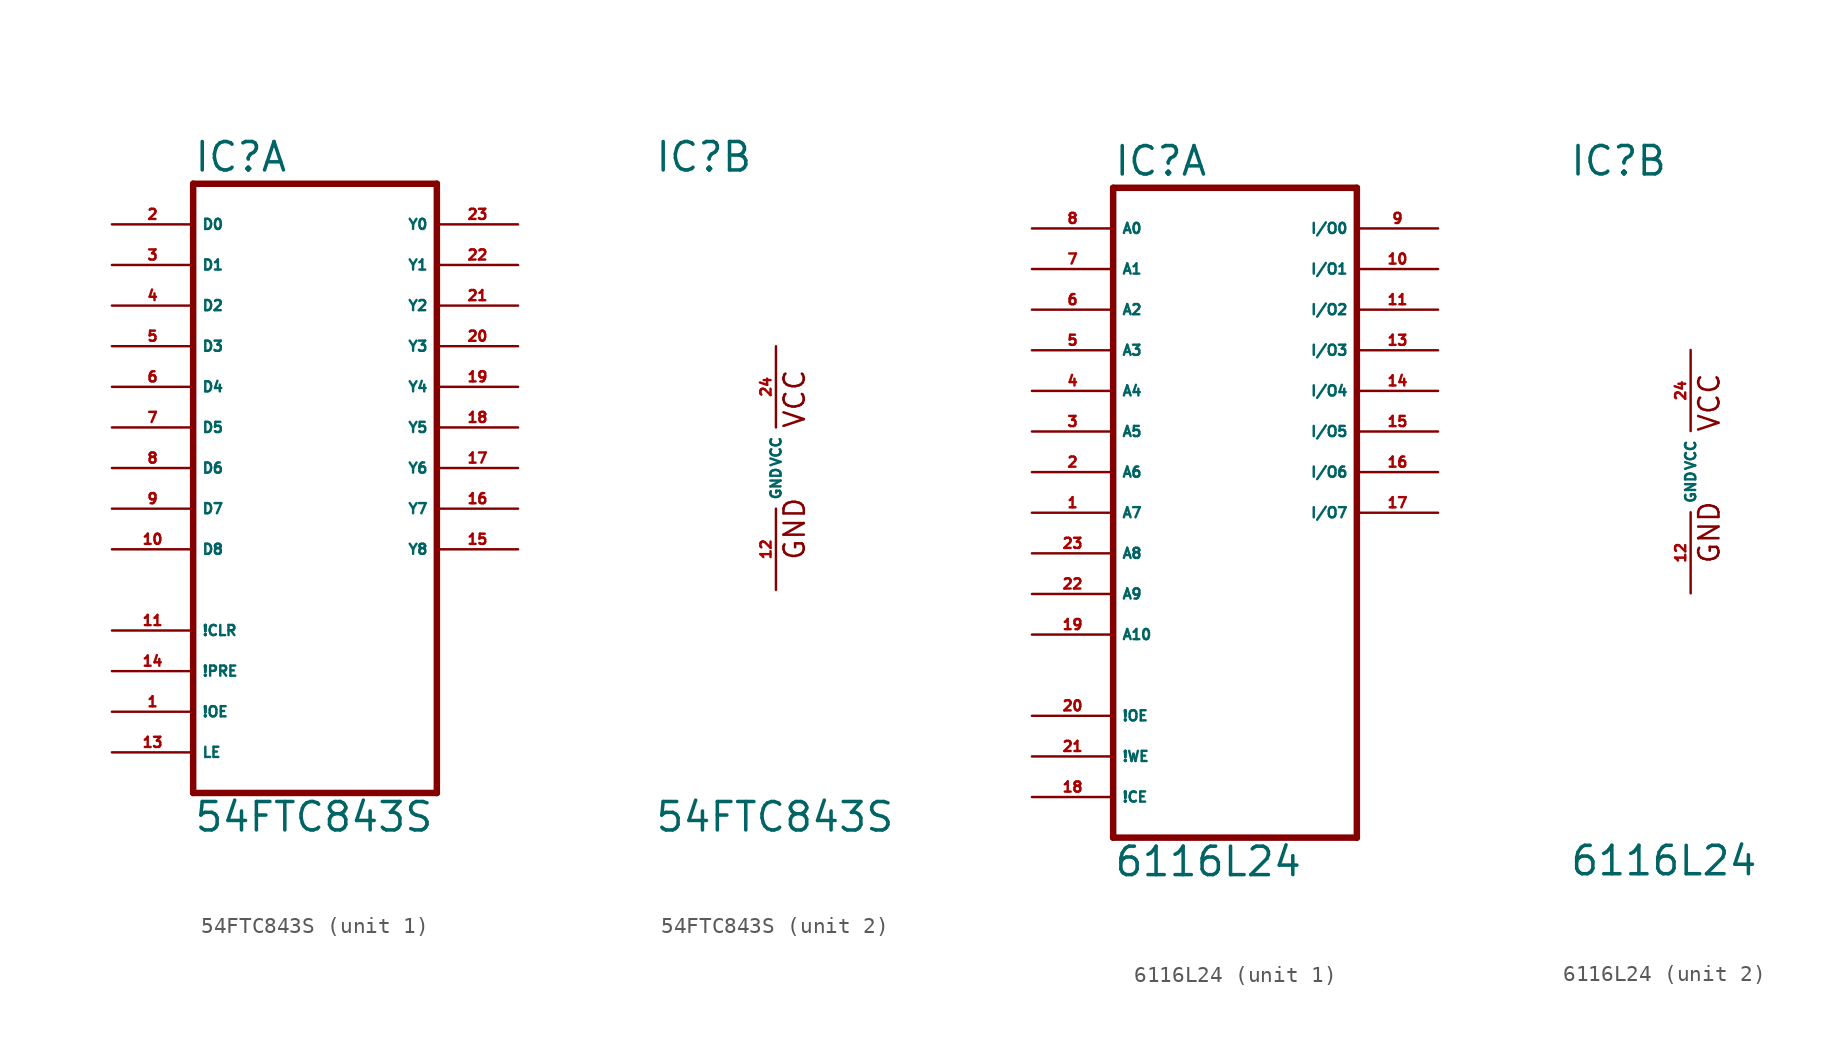
<source format=kicad_sym>
(kicad_symbol_lib
  (version 20220914)
  (generator Eagle2Kicad)
  (symbol "54FTC843S"
    (property "Reference" "IC"
      (at -7.62 18.415 0)
      (effects (font (size 1.778 1.778) (thickness 0.22)) (justify left bottom)))
    (property "Value" "54FTC843S"
      (at -7.62 -22.86 0)
      (effects (font (size 1.778 1.778) (thickness 0.22)) (justify left bottom)))
    (symbol "54FTC843S_1_0"
      (polyline (pts (xy -7.62 -20.32) (xy 7.62 -20.32)) (stroke (width 0.406) (type default)) (fill (type none)))
      (polyline (pts (xy 7.62 -20.32) (xy 7.62 17.78)) (stroke (width 0.406) (type default)) (fill (type none)))
      (polyline (pts (xy 7.62 17.78) (xy -7.62 17.78)) (stroke (width 0.406) (type default)) (fill (type none)))
      (polyline (pts (xy -7.62 17.78) (xy -7.62 -20.32)) (stroke (width 0.406) (type default)) (fill (type none)))
      (pin input line (at -12.7 15.24 0) (length 5.08) (name "D0" (effects (font (size 0.635 0.635) (thickness 0.08)) (justify left bottom))) (number "2" (effects (font (size 0.635 0.635) (thickness 0.08)) (justify left bottom))))
      (pin input line (at -12.7 12.7 0) (length 5.08) (name "D1" (effects (font (size 0.635 0.635) (thickness 0.08)) (justify left bottom))) (number "3" (effects (font (size 0.635 0.635) (thickness 0.08)) (justify left bottom))))
      (pin input line (at -12.7 10.16 0) (length 5.08) (name "D2" (effects (font (size 0.635 0.635) (thickness 0.08)) (justify left bottom))) (number "4" (effects (font (size 0.635 0.635) (thickness 0.08)) (justify left bottom))))
      (pin input line (at -12.7 7.62 0) (length 5.08) (name "D3" (effects (font (size 0.635 0.635) (thickness 0.08)) (justify left bottom))) (number "5" (effects (font (size 0.635 0.635) (thickness 0.08)) (justify left bottom))))
      (pin input line (at -12.7 5.08 0) (length 5.08) (name "D4" (effects (font (size 0.635 0.635) (thickness 0.08)) (justify left bottom))) (number "6" (effects (font (size 0.635 0.635) (thickness 0.08)) (justify left bottom))))
      (pin input line (at -12.7 2.54 0) (length 5.08) (name "D5" (effects (font (size 0.635 0.635) (thickness 0.08)) (justify left bottom))) (number "7" (effects (font (size 0.635 0.635) (thickness 0.08)) (justify left bottom))))
      (pin input line (at -12.7 0 0) (length 5.08) (name "D6" (effects (font (size 0.635 0.635) (thickness 0.08)) (justify left bottom))) (number "8" (effects (font (size 0.635 0.635) (thickness 0.08)) (justify left bottom))))
      (pin input line (at -12.7 -2.54 0) (length 5.08) (name "D7" (effects (font (size 0.635 0.635) (thickness 0.08)) (justify left bottom))) (number "9" (effects (font (size 0.635 0.635) (thickness 0.08)) (justify left bottom))))
      (pin input line (at -12.7 -5.08 0) (length 5.08) (name "D8" (effects (font (size 0.635 0.635) (thickness 0.08)) (justify left bottom))) (number "10" (effects (font (size 0.635 0.635) (thickness 0.08)) (justify left bottom))))
      (pin input line (at -12.7 -10.16 0) (length 5.08) (name "!CLR" (effects (font (size 0.635 0.635) (thickness 0.08)) (justify left bottom))) (number "11" (effects (font (size 0.635 0.635) (thickness 0.08)) (justify left bottom))))
      (pin input line (at -12.7 -15.24 0) (length 5.08) (name "!OE" (effects (font (size 0.635 0.635) (thickness 0.08)) (justify left bottom))) (number "1" (effects (font (size 0.635 0.635) (thickness 0.08)) (justify left bottom))))
      (pin input line (at -12.7 -17.78 0) (length 5.08) (name "LE" (effects (font (size 0.635 0.635) (thickness 0.08)) (justify left bottom))) (number "13" (effects (font (size 0.635 0.635) (thickness 0.08)) (justify left bottom))))
      (pin output line (at 12.7 15.24 180) (length 5.08) (name "Y0" (effects (font (size 0.635 0.635) (thickness 0.08)) (justify left bottom))) (number "23" (effects (font (size 0.635 0.635) (thickness 0.08)) (justify left bottom))))
      (pin output line (at 12.7 12.7 180) (length 5.08) (name "Y1" (effects (font (size 0.635 0.635) (thickness 0.08)) (justify left bottom))) (number "22" (effects (font (size 0.635 0.635) (thickness 0.08)) (justify left bottom))))
      (pin output line (at 12.7 10.16 180) (length 5.08) (name "Y2" (effects (font (size 0.635 0.635) (thickness 0.08)) (justify left bottom))) (number "21" (effects (font (size 0.635 0.635) (thickness 0.08)) (justify left bottom))))
      (pin output line (at 12.7 7.62 180) (length 5.08) (name "Y3" (effects (font (size 0.635 0.635) (thickness 0.08)) (justify left bottom))) (number "20" (effects (font (size 0.635 0.635) (thickness 0.08)) (justify left bottom))))
      (pin output line (at 12.7 5.08 180) (length 5.08) (name "Y4" (effects (font (size 0.635 0.635) (thickness 0.08)) (justify left bottom))) (number "19" (effects (font (size 0.635 0.635) (thickness 0.08)) (justify left bottom))))
      (pin output line (at 12.7 2.54 180) (length 5.08) (name "Y5" (effects (font (size 0.635 0.635) (thickness 0.08)) (justify left bottom))) (number "18" (effects (font (size 0.635 0.635) (thickness 0.08)) (justify left bottom))))
      (pin output line (at 12.7 0 180) (length 5.08) (name "Y6" (effects (font (size 0.635 0.635) (thickness 0.08)) (justify left bottom))) (number "17" (effects (font (size 0.635 0.635) (thickness 0.08)) (justify left bottom))))
      (pin output line (at 12.7 -2.54 180) (length 5.08) (name "Y7" (effects (font (size 0.635 0.635) (thickness 0.08)) (justify left bottom))) (number "16" (effects (font (size 0.635 0.635) (thickness 0.08)) (justify left bottom))))
      (pin output line (at 12.7 -5.08 180) (length 5.08) (name "Y8" (effects (font (size 0.635 0.635) (thickness 0.08)) (justify left bottom))) (number "15" (effects (font (size 0.635 0.635) (thickness 0.08)) (justify left bottom))))
      (pin input line (at -12.7 -12.7 0) (length 5.08) (name "!PRE" (effects (font (size 0.635 0.635) (thickness 0.08)) (justify left bottom))) (number "14" (effects (font (size 0.635 0.635) (thickness 0.08)) (justify left bottom)))))
    (symbol "54FTC843S_2_0"
      (text "GND" (at 1.905 -5.842 900) (effects (font (size 1.27 1.27) (thickness 0.16)) (justify left bottom)))
      (text "VCC" (at 1.905 2.413 900) (effects (font (size 1.27 1.27) (thickness 0.16)) (justify left bottom)))
      (pin unspecified line (at 0 7.62 270) (length 5.08) (name "VCC" (effects (font (size 0.635 0.635) (thickness 0.08)) (justify left bottom))) (number "24" (effects (font (size 0.635 0.635) (thickness 0.08)) (justify left bottom))))
      (pin unspecified line (at 0 -7.62 90) (length 5.08) (name "GND" (effects (font (size 0.635 0.635) (thickness 0.08)) (justify left bottom))) (number "12" (effects (font (size 0.635 0.635) (thickness 0.08)) (justify left bottom))))))
  (symbol "6116L24"
    (property "Reference" "IC"
      (at -7.62 18.415 0)
      (effects (font (size 1.778 1.778) (thickness 0.22)) (justify left bottom)))
    (property "Value" "6116L24"
      (at -7.62 -25.4 0)
      (effects (font (size 1.778 1.778) (thickness 0.22)) (justify left bottom)))
    (symbol "6116L24_1_0"
      (polyline (pts (xy -7.62 -22.86) (xy 7.62 -22.86)) (stroke (width 0.406) (type default)) (fill (type none)))
      (polyline (pts (xy 7.62 -22.86) (xy 7.62 17.78)) (stroke (width 0.406) (type default)) (fill (type none)))
      (polyline (pts (xy 7.62 17.78) (xy -7.62 17.78)) (stroke (width 0.406) (type default)) (fill (type none)))
      (polyline (pts (xy -7.62 17.78) (xy -7.62 -22.86)) (stroke (width 0.406) (type default)) (fill (type none)))
      (pin input line (at -12.7 15.24 0) (length 5.08) (name "A0" (effects (font (size 0.635 0.635) (thickness 0.08)) (justify left bottom))) (number "8" (effects (font (size 0.635 0.635) (thickness 0.08)) (justify left bottom))))
      (pin input line (at -12.7 12.7 0) (length 5.08) (name "A1" (effects (font (size 0.635 0.635) (thickness 0.08)) (justify left bottom))) (number "7" (effects (font (size 0.635 0.635) (thickness 0.08)) (justify left bottom))))
      (pin input line (at -12.7 10.16 0) (length 5.08) (name "A2" (effects (font (size 0.635 0.635) (thickness 0.08)) (justify left bottom))) (number "6" (effects (font (size 0.635 0.635) (thickness 0.08)) (justify left bottom))))
      (pin input line (at -12.7 7.62 0) (length 5.08) (name "A3" (effects (font (size 0.635 0.635) (thickness 0.08)) (justify left bottom))) (number "5" (effects (font (size 0.635 0.635) (thickness 0.08)) (justify left bottom))))
      (pin input line (at -12.7 5.08 0) (length 5.08) (name "A4" (effects (font (size 0.635 0.635) (thickness 0.08)) (justify left bottom))) (number "4" (effects (font (size 0.635 0.635) (thickness 0.08)) (justify left bottom))))
      (pin input line (at -12.7 2.54 0) (length 5.08) (name "A5" (effects (font (size 0.635 0.635) (thickness 0.08)) (justify left bottom))) (number "3" (effects (font (size 0.635 0.635) (thickness 0.08)) (justify left bottom))))
      (pin input line (at -12.7 0 0) (length 5.08) (name "A6" (effects (font (size 0.635 0.635) (thickness 0.08)) (justify left bottom))) (number "2" (effects (font (size 0.635 0.635) (thickness 0.08)) (justify left bottom))))
      (pin input line (at -12.7 -2.54 0) (length 5.08) (name "A7" (effects (font (size 0.635 0.635) (thickness 0.08)) (justify left bottom))) (number "1" (effects (font (size 0.635 0.635) (thickness 0.08)) (justify left bottom))))
      (pin input line (at -12.7 -5.08 0) (length 5.08) (name "A8" (effects (font (size 0.635 0.635) (thickness 0.08)) (justify left bottom))) (number "23" (effects (font (size 0.635 0.635) (thickness 0.08)) (justify left bottom))))
      (pin input line (at -12.7 -7.62 0) (length 5.08) (name "A9" (effects (font (size 0.635 0.635) (thickness 0.08)) (justify left bottom))) (number "22" (effects (font (size 0.635 0.635) (thickness 0.08)) (justify left bottom))))
      (pin input line (at -12.7 -10.16 0) (length 5.08) (name "A10" (effects (font (size 0.635 0.635) (thickness 0.08)) (justify left bottom))) (number "19" (effects (font (size 0.635 0.635) (thickness 0.08)) (justify left bottom))))
      (pin input line (at -12.7 -15.24 0) (length 5.08) (name "!OE" (effects (font (size 0.635 0.635) (thickness 0.08)) (justify left bottom))) (number "20" (effects (font (size 0.635 0.635) (thickness 0.08)) (justify left bottom))))
      (pin bidirectional line (at 12.7 2.54 180) (length 5.08) (name "I/O5" (effects (font (size 0.635 0.635) (thickness 0.08)) (justify left bottom))) (number "15" (effects (font (size 0.635 0.635) (thickness 0.08)) (justify left bottom))))
      (pin bidirectional line (at 12.7 0 180) (length 5.08) (name "I/O6" (effects (font (size 0.635 0.635) (thickness 0.08)) (justify left bottom))) (number "16" (effects (font (size 0.635 0.635) (thickness 0.08)) (justify left bottom))))
      (pin bidirectional line (at 12.7 -2.54 180) (length 5.08) (name "I/O7" (effects (font (size 0.635 0.635) (thickness 0.08)) (justify left bottom))) (number "17" (effects (font (size 0.635 0.635) (thickness 0.08)) (justify left bottom))))
      (pin bidirectional line (at 12.7 15.24 180) (length 5.08) (name "I/O0" (effects (font (size 0.635 0.635) (thickness 0.08)) (justify left bottom))) (number "9" (effects (font (size 0.635 0.635) (thickness 0.08)) (justify left bottom))))
      (pin input line (at -12.7 -17.78 0) (length 5.08) (name "!WE" (effects (font (size 0.635 0.635) (thickness 0.08)) (justify left bottom))) (number "21" (effects (font (size 0.635 0.635) (thickness 0.08)) (justify left bottom))))
      (pin input line (at -12.7 -20.32 0) (length 5.08) (name "!CE" (effects (font (size 0.635 0.635) (thickness 0.08)) (justify left bottom))) (number "18" (effects (font (size 0.635 0.635) (thickness 0.08)) (justify left bottom))))
      (pin bidirectional line (at 12.7 12.7 180) (length 5.08) (name "I/O1" (effects (font (size 0.635 0.635) (thickness 0.08)) (justify left bottom))) (number "10" (effects (font (size 0.635 0.635) (thickness 0.08)) (justify left bottom))))
      (pin bidirectional line (at 12.7 10.16 180) (length 5.08) (name "I/O2" (effects (font (size 0.635 0.635) (thickness 0.08)) (justify left bottom))) (number "11" (effects (font (size 0.635 0.635) (thickness 0.08)) (justify left bottom))))
      (pin bidirectional line (at 12.7 7.62 180) (length 5.08) (name "I/O3" (effects (font (size 0.635 0.635) (thickness 0.08)) (justify left bottom))) (number "13" (effects (font (size 0.635 0.635) (thickness 0.08)) (justify left bottom))))
      (pin bidirectional line (at 12.7 5.08 180) (length 5.08) (name "I/O4" (effects (font (size 0.635 0.635) (thickness 0.08)) (justify left bottom))) (number "14" (effects (font (size 0.635 0.635) (thickness 0.08)) (justify left bottom)))))
    (symbol "6116L24_2_0"
      (text "GND" (at 1.905 -5.842 900) (effects (font (size 1.27 1.27) (thickness 0.16)) (justify left bottom)))
      (text "VCC" (at 1.905 2.413 900) (effects (font (size 1.27 1.27) (thickness 0.16)) (justify left bottom)))
      (pin unspecified line (at 0 7.62 270) (length 5.08) (name "VCC" (effects (font (size 0.635 0.635) (thickness 0.08)) (justify left bottom))) (number "24" (effects (font (size 0.635 0.635) (thickness 0.08)) (justify left bottom))))
      (pin unspecified line (at 0 -7.62 90) (length 5.08) (name "GND" (effects (font (size 0.635 0.635) (thickness 0.08)) (justify left bottom))) (number "12" (effects (font (size 0.635 0.635) (thickness 0.08)) (justify left bottom)))))))
</source>
